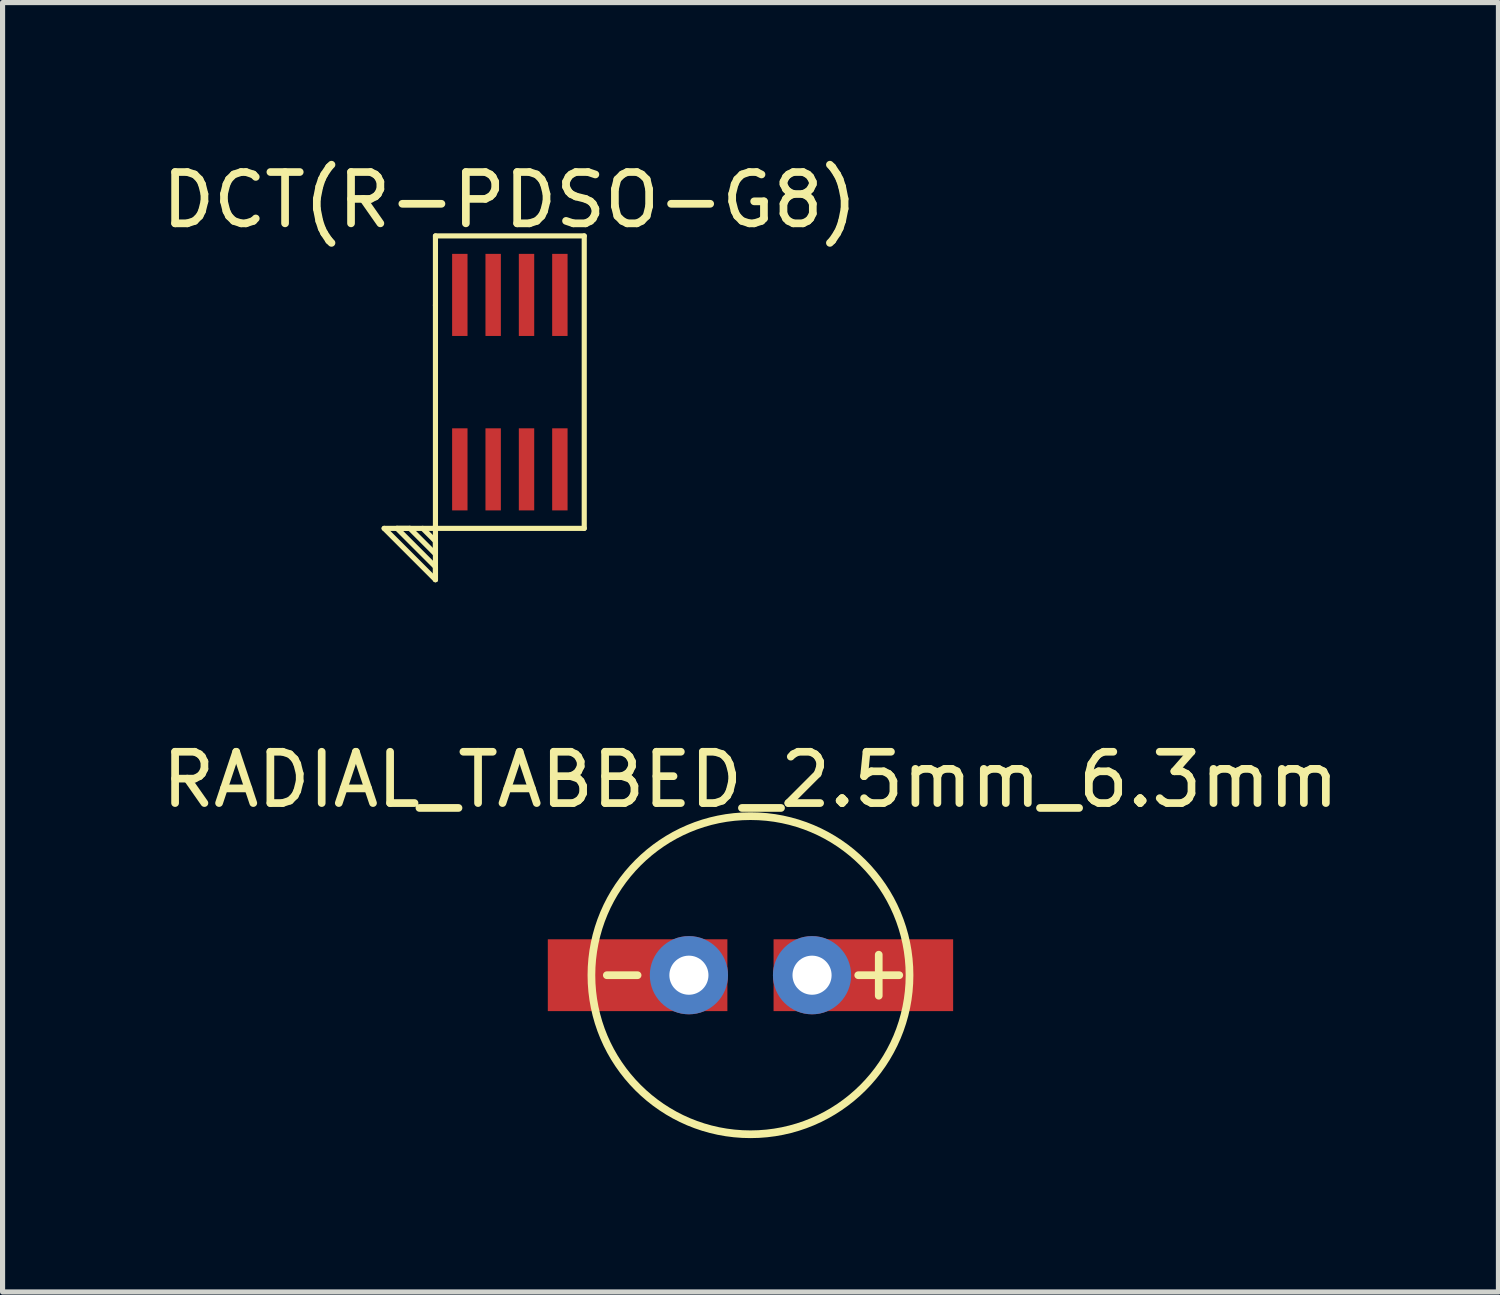
<source format=kicad_pcb>
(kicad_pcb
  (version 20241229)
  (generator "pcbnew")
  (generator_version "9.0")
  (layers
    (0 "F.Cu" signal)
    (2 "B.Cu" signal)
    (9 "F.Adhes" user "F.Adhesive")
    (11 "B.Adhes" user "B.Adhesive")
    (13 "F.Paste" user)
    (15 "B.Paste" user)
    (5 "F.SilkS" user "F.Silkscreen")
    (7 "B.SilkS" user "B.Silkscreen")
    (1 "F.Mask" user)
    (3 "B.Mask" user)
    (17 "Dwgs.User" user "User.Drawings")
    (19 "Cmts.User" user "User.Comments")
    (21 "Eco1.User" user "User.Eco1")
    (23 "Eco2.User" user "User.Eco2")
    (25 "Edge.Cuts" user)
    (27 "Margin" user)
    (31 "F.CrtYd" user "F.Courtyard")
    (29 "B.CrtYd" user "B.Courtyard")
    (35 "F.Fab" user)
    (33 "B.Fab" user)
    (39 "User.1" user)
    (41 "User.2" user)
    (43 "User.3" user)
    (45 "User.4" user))
  (footprint "RADIAL_TABBED_2.5mm_6.3mm"
    (layer "F.Cu")
    (at 11.577 15.957)
    (property "Reference" "RADIAL_TABBED_2.5mm_6.3mm" (at 0 -3.81 0) (layer "F.SilkS") (effects (font (size 1 1) (thickness 0.15))))
    (attr through_hole)
    (fp_line (start -2.2 0) (end -2.8 0) (stroke (width 0.15) (type solid)) (layer "F.SilkS"))
    (fp_line (start 2.1 0) (end 2.9 0) (stroke (width 0.15) (type solid)) (layer "F.SilkS"))
    (fp_line (start 2.5 -0.4) (end 2.5 0.4) (stroke (width 0.15) (type solid)) (layer "F.SilkS"))
    (fp_circle (center 0 0) (end 0 -3.1) (stroke (width 0.15) (type solid)) (fill no) (layer "F.SilkS"))
    (pad "1" thru_hole circle (at 1.2 0) (size 1.524 1.524) (drill 0.762) (layers "*.Cu" "*.Mask"))
    (pad "1" smd rect (at 1.2 0) (size 3.5 1.4) (drill (offset 1 0)) (layers "F.Cu" "F.Mask" "F.Paste"))
    (pad "2" thru_hole circle (at -1.2 0) (size 1.524 1.524) (drill 0.762) (layers "*.Cu" "*.Mask"))
    (pad "2" smd rect (at -1.2 0) (size 3.5 1.4) (drill (offset -1 0)) (layers "F.Cu" "F.Mask" "F.Paste")))
  (footprint "DCT(R-PDSO-G8)"
    (layer "F.Cu")
    (at 6.887 4.398)
    (property "Reference" "DCT(R-PDSO-G8)" (at 0 -3.55 0) (layer "F.SilkS") (effects (font (size 1 1) (thickness 0.15))))
    (attr through_hole)
    (fp_line (start -2.45 2.85) (end -1.45 2.85) (stroke (width 0.1) (type solid)) (layer "F.SilkS"))
    (fp_line (start -2.2 2.85) (end -1.95 2.85) (stroke (width 0.1) (type solid)) (layer "F.SilkS"))
    (fp_line (start -1.95 2.85) (end -1.45 3.35) (stroke (width 0.1) (type solid)) (layer "F.SilkS"))
    (fp_line (start -1.45 -2.85) (end -1.45 -1.5) (stroke (width 0.1) (type solid)) (layer "F.SilkS"))
    (fp_line (start -1.45 -1.5) (end -1.45 2.8) (stroke (width 0.1) (type solid)) (layer "F.SilkS"))
    (fp_line (start -1.45 2.8) (end -1.45 2.85) (stroke (width 0.1) (type solid)) (layer "F.SilkS"))
    (fp_line (start -1.45 2.85) (end -1.45 3.85) (stroke (width 0.1) (type solid)) (layer "F.SilkS"))
    (fp_line (start -1.45 2.85) (end 1.45 2.85) (stroke (width 0.1) (type solid)) (layer "F.SilkS"))
    (fp_line (start -1.45 3.1) (end -1.7 2.85) (stroke (width 0.1) (type solid)) (layer "F.SilkS"))
    (fp_line (start -1.45 3.35) (end -1.45 3.1) (stroke (width 0.1) (type solid)) (layer "F.SilkS"))
    (fp_line (start -1.45 3.6) (end -2.2 2.85) (stroke (width 0.1) (type solid)) (layer "F.SilkS"))
    (fp_line (start -1.45 3.85) (end -2.45 2.85) (stroke (width 0.1) (type solid)) (layer "F.SilkS"))
    (fp_line (start -1.45 3.85) (end -1.45 3.6) (stroke (width 0.1) (type solid)) (layer "F.SilkS"))
    (fp_line (start 1.45 -2.85) (end -1.45 -2.85) (stroke (width 0.1) (type solid)) (layer "F.SilkS"))
    (fp_line (start 1.45 2.85) (end 1.45 -2.85) (stroke (width 0.1) (type solid)) (layer "F.SilkS"))
    (pad "1" smd rect (at -0.975 1.7) (size 0.3 1.6) (layers "F.Cu" "F.Mask" "F.Paste"))
    (pad "2" smd rect (at -0.325 1.7) (size 0.3 1.6) (layers "F.Cu" "F.Mask" "F.Paste"))
    (pad "3" smd rect (at 0.325 1.7) (size 0.3 1.6) (layers "F.Cu" "F.Mask" "F.Paste"))
    (pad "4" smd rect (at 0.975 1.7) (size 0.3 1.6) (layers "F.Cu" "F.Mask" "F.Paste"))
    (pad "5" smd rect (at 0.975 -1.7) (size 0.3 1.6) (layers "F.Cu" "F.Mask" "F.Paste"))
    (pad "6" smd rect (at 0.325 -1.7) (size 0.3 1.6) (layers "F.Cu" "F.Mask" "F.Paste"))
    (pad "7" smd rect (at -0.325 -1.7) (size 0.3 1.6) (layers "F.Cu" "F.Mask" "F.Paste"))
    (pad "8" smd rect (at -0.975 -1.7) (size 0.3 1.6) (layers "F.Cu" "F.Mask" "F.Paste")))
  (gr_rect
    (start -3 -3)
    (end 26.155 22.131)
    (stroke (width 0.1) (type default))
    (fill no)
    (layer "Edge.Cuts")))
</source>
